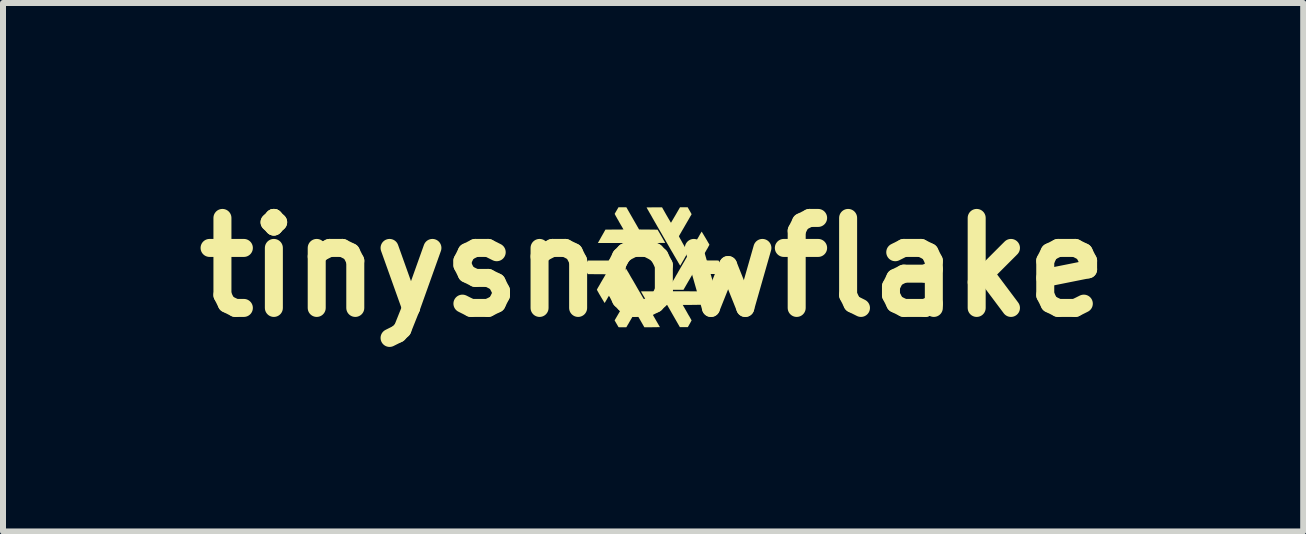
<source format=kicad_pcb>
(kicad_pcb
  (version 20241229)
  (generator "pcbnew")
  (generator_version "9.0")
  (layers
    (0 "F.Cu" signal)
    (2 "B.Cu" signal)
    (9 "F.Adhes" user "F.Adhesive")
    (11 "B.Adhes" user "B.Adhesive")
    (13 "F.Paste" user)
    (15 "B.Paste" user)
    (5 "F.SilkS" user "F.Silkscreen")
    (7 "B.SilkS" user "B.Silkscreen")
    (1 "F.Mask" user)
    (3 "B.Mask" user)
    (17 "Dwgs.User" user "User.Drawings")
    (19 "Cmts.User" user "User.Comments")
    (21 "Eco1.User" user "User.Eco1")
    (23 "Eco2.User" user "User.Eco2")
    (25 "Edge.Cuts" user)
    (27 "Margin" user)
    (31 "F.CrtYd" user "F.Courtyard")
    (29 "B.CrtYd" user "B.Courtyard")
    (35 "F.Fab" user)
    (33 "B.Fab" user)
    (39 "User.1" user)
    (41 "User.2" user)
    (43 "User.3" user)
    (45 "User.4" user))
  (footprint "tinysnowflake"
    (layer "F.Cu")
    (at 7.836 1.404)
    (property "Reference" "tinysnowflake" (at 0 0 0) (layer "F.SilkS") (effects (font (size 1.5 1.5) (thickness 0.3))))
    (attr board_only exclude_from_pos_files exclude_from_bom)
    (fp_poly (pts (xy -0.34 -0.814) (xy -0.234 -0.629) (xy -0.08 -0.628) (xy 0.074 -0.626) (xy 0.137 -0.518) (xy 0.149 -0.497) (xy 0.16 -0.478) (xy 0.17 -0.46) (xy 0.179 -0.444) (xy 0.187 -0.431) (xy 0.194 -0.42) (xy 0.198 -0.412) (xy 0.201 -0.407) (xy 0.201 -0.407) (xy 0.201 -0.406) (xy 0.199 -0.406) (xy 0.194 -0.406) (xy 0.188 -0.405) (xy 0.18 -0.405) (xy 0.169 -0.405) (xy 0.156 -0.405) (xy 0.141 -0.405) (xy 0.122 -0.405) (xy 0.101 -0.404) (xy 0.077 -0.404) (xy 0.049 -0.404) (xy 0.019 -0.404) (xy -0.016 -0.404) (xy -0.053 -0.404) (xy -0.095 -0.404) (xy -0.14 -0.404) (xy -0.19 -0.404) (xy -0.244 -0.404) (xy -0.302 -0.404) (xy -0.359 -0.404) (xy -0.921 -0.404) (xy -0.912 -0.419) (xy -0.909 -0.425) (xy -0.904 -0.433) (xy -0.897 -0.445) (xy -0.889 -0.46) (xy -0.88 -0.476) (xy -0.87 -0.494) (xy -0.859 -0.514) (xy -0.849 -0.531) (xy -0.795 -0.627) (xy -0.644 -0.628) (xy -0.494 -0.629) (xy -0.568 -0.757) (xy -0.58 -0.78) (xy -0.593 -0.801) (xy -0.604 -0.821) (xy -0.614 -0.839) (xy -0.623 -0.854) (xy -0.63 -0.868) (xy -0.635 -0.878) (xy -0.639 -0.885) (xy -0.641 -0.889) (xy -0.641 -0.889) (xy -0.64 -0.892) (xy -0.636 -0.898) (xy -0.631 -0.907) (xy -0.625 -0.918) (xy -0.617 -0.931) (xy -0.609 -0.945) (xy -0.578 -0.999) (xy -0.512 -0.999) (xy -0.446 -0.999)) (stroke (width 0) (type solid)) (fill yes) (layer "F.SilkS"))
    (fp_poly (pts (xy 0.409 0.401) (xy 0.459 0.401) (xy 0.507 0.401) (xy 0.553 0.401) (xy 0.597 0.401) (xy 0.64 0.402) (xy 0.68 0.402) (xy 0.718 0.402) (xy 0.753 0.402) (xy 0.786 0.402) (xy 0.815 0.402) (xy 0.841 0.402) (xy 0.864 0.402) (xy 0.883 0.402) (xy 0.899 0.402) (xy 0.91 0.402) (xy 0.918 0.402) (xy 0.92 0.402) (xy 0.92 0.402) (xy 0.919 0.404) (xy 0.916 0.41) (xy 0.911 0.419) (xy 0.904 0.431) (xy 0.896 0.446) (xy 0.887 0.462) (xy 0.876 0.481) (xy 0.865 0.501) (xy 0.857 0.515) (xy 0.794 0.626) (xy 0.644 0.628) (xy 0.494 0.629) (xy 0.567 0.756) (xy 0.579 0.778) (xy 0.591 0.799) (xy 0.603 0.818) (xy 0.613 0.836) (xy 0.622 0.852) (xy 0.629 0.865) (xy 0.635 0.875) (xy 0.639 0.882) (xy 0.641 0.885) (xy 0.641 0.885) (xy 0.64 0.888) (xy 0.637 0.894) (xy 0.632 0.903) (xy 0.626 0.914) (xy 0.619 0.927) (xy 0.611 0.942) (xy 0.61 0.943) (xy 0.578 0.999) (xy 0.512 0.999) (xy 0.446 0.999) (xy 0.34 0.814) (xy 0.234 0.629) (xy 0.08 0.628) (xy -0.073 0.627) (xy -0.138 0.516) (xy -0.15 0.495) (xy -0.162 0.475) (xy -0.172 0.458) (xy -0.181 0.441) (xy -0.189 0.428) (xy -0.195 0.417) (xy -0.2 0.409) (xy -0.202 0.404) (xy -0.203 0.403) (xy -0.201 0.403) (xy -0.194 0.403) (xy -0.183 0.402) (xy -0.168 0.402) (xy -0.149 0.402) (xy -0.127 0.402) (xy -0.101 0.402) (xy -0.072 0.402) (xy -0.04 0.402) (xy -0.005 0.402) (xy 0.032 0.402) (xy 0.072 0.402) (xy 0.114 0.402) (xy 0.159 0.402) (xy 0.205 0.401) (xy 0.252 0.401) (xy 0.302 0.401) (xy 0.352 0.401) (xy 0.359 0.401)) (stroke (width 0) (type solid)) (fill yes) (layer "F.SilkS"))
    (fp_poly (pts (xy 0.81 -0.592) (xy 0.814 -0.586) (xy 0.819 -0.578) (xy 0.826 -0.566) (xy 0.834 -0.553) (xy 0.843 -0.538) (xy 0.853 -0.521) (xy 0.864 -0.503) (xy 0.875 -0.485) (xy 0.885 -0.467) (xy 0.896 -0.45) (xy 0.905 -0.433) (xy 0.914 -0.418) (xy 0.922 -0.404) (xy 0.929 -0.393) (xy 0.934 -0.384) (xy 0.937 -0.378) (xy 0.938 -0.376) (xy 0.937 -0.373) (xy 0.934 -0.367) (xy 0.929 -0.357) (xy 0.922 -0.345) (xy 0.914 -0.329) (xy 0.904 -0.311) (xy 0.892 -0.292) (xy 0.88 -0.27) (xy 0.867 -0.247) (xy 0.864 -0.243) (xy 0.789 -0.114) (xy 0.94 -0.113) (xy 1.09 -0.112) (xy 1.122 -0.057) (xy 1.154 -0.002) (xy 1.121 0.056) (xy 1.088 0.114) (xy 0.874 0.112) (xy 0.66 0.111) (xy 0.583 0.243) (xy 0.506 0.376) (xy 0.394 0.376) (xy 0.371 0.376) (xy 0.349 0.376) (xy 0.328 0.376) (xy 0.309 0.376) (xy 0.293 0.377) (xy 0.28 0.377) (xy 0.27 0.377) (xy 0.264 0.378) (xy 0.255 0.378) (xy 0.25 0.378) (xy 0.247 0.377) (xy 0.247 0.376) (xy 0.247 0.376) (xy 0.249 0.373) (xy 0.252 0.367) (xy 0.258 0.357) (xy 0.266 0.343) (xy 0.275 0.327) (xy 0.286 0.308) (xy 0.299 0.286) (xy 0.313 0.261) (xy 0.328 0.234) (xy 0.345 0.205) (xy 0.363 0.175) (xy 0.381 0.142) (xy 0.401 0.109) (xy 0.421 0.073) (xy 0.442 0.037) (xy 0.463 0.000454) (xy 0.485 -0.037) (xy 0.507 -0.075) (xy 0.529 -0.113) (xy 0.551 -0.151) (xy 0.573 -0.189) (xy 0.595 -0.226) (xy 0.616 -0.263) (xy 0.637 -0.299) (xy 0.657 -0.334) (xy 0.677 -0.367) (xy 0.695 -0.399) (xy 0.713 -0.43) (xy 0.729 -0.458) (xy 0.745 -0.484) (xy 0.759 -0.508) (xy 0.771 -0.53) (xy 0.782 -0.549) (xy 0.791 -0.564) (xy 0.799 -0.577) (xy 0.804 -0.586) (xy 0.808 -0.592) (xy 0.809 -0.594)) (stroke (width 0) (type solid)) (fill yes) (layer "F.SilkS"))
    (fp_poly (pts (xy -0.309 -0.376) (xy -0.291 -0.376) (xy -0.275 -0.375) (xy -0.262 -0.375) (xy -0.253 -0.375) (xy -0.248 -0.375) (xy -0.247 -0.375) (xy -0.248 -0.373) (xy -0.251 -0.367) (xy -0.257 -0.357) (xy -0.264 -0.345) (xy -0.273 -0.329) (xy -0.284 -0.31) (xy -0.297 -0.288) (xy -0.31 -0.264) (xy -0.326 -0.237) (xy -0.342 -0.209) (xy -0.36 -0.178) (xy -0.378 -0.146) (xy -0.398 -0.112) (xy -0.418 -0.078) (xy -0.439 -0.042) (xy -0.46 -0.005) (xy -0.481 0.033) (xy -0.503 0.071) (xy -0.525 0.109) (xy -0.547 0.147) (xy -0.569 0.185) (xy -0.591 0.222) (xy -0.612 0.259) (xy -0.633 0.295) (xy -0.653 0.33) (xy -0.673 0.364) (xy -0.692 0.396) (xy -0.709 0.427) (xy -0.726 0.456) (xy -0.741 0.483) (xy -0.756 0.507) (xy -0.768 0.529) (xy -0.779 0.548) (xy -0.789 0.564) (xy -0.796 0.577) (xy -0.802 0.587) (xy -0.806 0.593) (xy -0.807 0.596) (xy -0.807 0.596) (xy -0.809 0.594) (xy -0.812 0.589) (xy -0.818 0.581) (xy -0.825 0.569) (xy -0.833 0.555) (xy -0.843 0.539) (xy -0.854 0.521) (xy -0.866 0.501) (xy -0.873 0.489) (xy -0.885 0.468) (xy -0.897 0.449) (xy -0.907 0.431) (xy -0.916 0.414) (xy -0.924 0.401) (xy -0.93 0.389) (xy -0.935 0.381) (xy -0.937 0.376) (xy -0.938 0.375) (xy -0.936 0.372) (xy -0.933 0.366) (xy -0.928 0.356) (xy -0.921 0.343) (xy -0.912 0.328) (xy -0.902 0.311) (xy -0.891 0.292) (xy -0.879 0.271) (xy -0.867 0.249) (xy -0.863 0.243) (xy -0.789 0.117) (xy -0.939 0.116) (xy -1.088 0.115) (xy -1.12 0.061) (xy -1.128 0.046) (xy -1.136 0.033) (xy -1.142 0.021) (xy -1.147 0.012) (xy -1.151 0.006) (xy -1.152 0.003) (xy -1.152 0.003) (xy -1.151 0.001) (xy -1.148 -0.005) (xy -1.143 -0.014) (xy -1.137 -0.026) (xy -1.129 -0.039) (xy -1.121 -0.053) (xy -1.12 -0.055) (xy -1.088 -0.111) (xy -0.873 -0.111) (xy -0.659 -0.111) (xy -0.582 -0.243) (xy -0.506 -0.375) (xy -0.376 -0.375) (xy -0.352 -0.376) (xy -0.33 -0.376)) (stroke (width 0) (type solid)) (fill yes) (layer "F.SilkS"))
    (fp_poly (pts (xy -0.448 0.029) (xy -0.444 0.035) (xy -0.439 0.044) (xy -0.431 0.057) (xy -0.422 0.073) (xy -0.41 0.092) (xy -0.397 0.115) (xy -0.383 0.14) (xy -0.367 0.168) (xy -0.349 0.198) (xy -0.33 0.23) (xy -0.31 0.265) (xy -0.289 0.301) (xy -0.267 0.34) (xy -0.244 0.38) (xy -0.22 0.421) (xy -0.195 0.464) (xy -0.17 0.507) (xy -0.167 0.512) (xy 0.113 0.998) (xy 0.065 0.999) (xy 0.051 1) (xy 0.033 1) (xy 0.012 1) (xy -0.01 1) (xy -0.033 1.001) (xy -0.055 1.001) (xy -0.065 1.001) (xy -0.146 1.001) (xy -0.22 0.872) (xy -0.233 0.85) (xy -0.245 0.829) (xy -0.257 0.809) (xy -0.267 0.791) (xy -0.276 0.776) (xy -0.283 0.763) (xy -0.289 0.753) (xy -0.293 0.746) (xy -0.295 0.743) (xy -0.295 0.743) (xy -0.297 0.745) (xy -0.3 0.75) (xy -0.306 0.759) (xy -0.313 0.771) (xy -0.321 0.786) (xy -0.331 0.802) (xy -0.342 0.821) (xy -0.354 0.842) (xy -0.366 0.863) (xy -0.368 0.866) (xy -0.381 0.888) (xy -0.393 0.909) (xy -0.404 0.928) (xy -0.414 0.946) (xy -0.424 0.961) (xy -0.431 0.974) (xy -0.437 0.985) (xy -0.441 0.991) (xy -0.443 0.995) (xy -0.443 0.995) (xy -0.448 1.001) (xy -0.511 1.001) (xy -0.531 1.001) (xy -0.547 1.001) (xy -0.559 1.001) (xy -0.567 1) (xy -0.573 1) (xy -0.576 0.999) (xy -0.576 0.998) (xy -0.578 0.996) (xy -0.582 0.99) (xy -0.587 0.98) (xy -0.594 0.969) (xy -0.601 0.956) (xy -0.61 0.941) (xy -0.61 0.941) (xy -0.642 0.886) (xy -0.534 0.701) (xy -0.515 0.668) (xy -0.498 0.639) (xy -0.483 0.613) (xy -0.47 0.591) (xy -0.459 0.572) (xy -0.45 0.556) (xy -0.443 0.543) (xy -0.437 0.532) (xy -0.433 0.524) (xy -0.43 0.518) (xy -0.429 0.515) (xy -0.428 0.513) (xy -0.428 0.512) (xy -0.43 0.509) (xy -0.434 0.503) (xy -0.439 0.493) (xy -0.446 0.481) (xy -0.455 0.467) (xy -0.464 0.45) (xy -0.475 0.432) (xy -0.486 0.413) (xy -0.497 0.393) (xy -0.508 0.374) (xy -0.52 0.354) (xy -0.53 0.335) (xy -0.541 0.317) (xy -0.55 0.3) (xy -0.559 0.286) (xy -0.566 0.274) (xy -0.571 0.264) (xy -0.575 0.258) (xy -0.576 0.255) (xy -0.576 0.255) (xy -0.577 0.253) (xy -0.576 0.251) (xy -0.575 0.248) (xy -0.573 0.243) (xy -0.57 0.236) (xy -0.565 0.227) (xy -0.559 0.216) (xy -0.551 0.202) (xy -0.542 0.186) (xy -0.53 0.165) (xy -0.517 0.142) (xy -0.515 0.138) (xy -0.503 0.118) (xy -0.492 0.098) (xy -0.481 0.08) (xy -0.472 0.065) (xy -0.464 0.051) (xy -0.458 0.04) (xy -0.453 0.032) (xy -0.45 0.028) (xy -0.449 0.027)) (stroke (width 0) (type solid)) (fill yes) (layer "F.SilkS"))
    (fp_poly (pts (xy 0.609 -0.942) (xy 0.619 -0.925) (xy 0.626 -0.912) (xy 0.632 -0.901) (xy 0.636 -0.894) (xy 0.639 -0.888) (xy 0.64 -0.884) (xy 0.64 -0.882) (xy 0.64 -0.88) (xy 0.638 -0.878) (xy 0.635 -0.871) (xy 0.629 -0.862) (xy 0.621 -0.849) (xy 0.612 -0.833) (xy 0.602 -0.815) (xy 0.59 -0.794) (xy 0.577 -0.772) (xy 0.563 -0.748) (xy 0.548 -0.722) (xy 0.534 -0.698) (xy 0.519 -0.672) (xy 0.504 -0.646) (xy 0.49 -0.622) (xy 0.477 -0.6) (xy 0.466 -0.58) (xy 0.455 -0.562) (xy 0.447 -0.547) (xy 0.439 -0.534) (xy 0.434 -0.525) (xy 0.431 -0.519) (xy 0.43 -0.516) (xy 0.431 -0.513) (xy 0.434 -0.507) (xy 0.439 -0.497) (xy 0.446 -0.484) (xy 0.455 -0.468) (xy 0.466 -0.449) (xy 0.478 -0.427) (xy 0.491 -0.403) (xy 0.503 -0.382) (xy 0.516 -0.36) (xy 0.528 -0.339) (xy 0.54 -0.319) (xy 0.55 -0.3) (xy 0.559 -0.284) (xy 0.566 -0.271) (xy 0.572 -0.26) (xy 0.576 -0.253) (xy 0.578 -0.248) (xy 0.578 -0.248) (xy 0.577 -0.245) (xy 0.573 -0.239) (xy 0.568 -0.23) (xy 0.562 -0.218) (xy 0.554 -0.204) (xy 0.545 -0.188) (xy 0.535 -0.171) (xy 0.525 -0.153) (xy 0.515 -0.135) (xy 0.504 -0.116) (xy 0.494 -0.099) (xy 0.484 -0.082) (xy 0.475 -0.066) (xy 0.467 -0.053) (xy 0.461 -0.042) (xy 0.456 -0.033) (xy 0.452 -0.028) (xy 0.451 -0.026) (xy 0.449 -0.028) (xy 0.446 -0.034) (xy 0.44 -0.043) (xy 0.433 -0.056) (xy 0.423 -0.072) (xy 0.412 -0.092) (xy 0.399 -0.114) (xy 0.384 -0.139) (xy 0.368 -0.167) (xy 0.35 -0.197) (xy 0.332 -0.229) (xy 0.311 -0.264) (xy 0.29 -0.3) (xy 0.268 -0.339) (xy 0.245 -0.379) (xy 0.221 -0.42) (xy 0.197 -0.462) (xy 0.171 -0.506) (xy 0.169 -0.51) (xy 0.144 -0.554) (xy 0.119 -0.597) (xy 0.095 -0.638) (xy 0.072 -0.678) (xy 0.05 -0.717) (xy 0.029 -0.753) (xy 0.009 -0.788) (xy -0.01 -0.821) (xy -0.027 -0.852) (xy -0.043 -0.88) (xy -0.058 -0.905) (xy -0.071 -0.928) (xy -0.082 -0.948) (xy -0.092 -0.964) (xy -0.099 -0.978) (xy -0.105 -0.988) (xy -0.108 -0.994) (xy -0.11 -0.996) (xy -0.11 -0.996) (xy -0.107 -0.996) (xy -0.1 -0.997) (xy -0.09 -0.997) (xy -0.076 -0.997) (xy -0.059 -0.997) (xy -0.04 -0.997) (xy -0.019 -0.998) (xy 0.004 -0.998) (xy 0.02 -0.998) (xy 0.149 -0.998) (xy 0.222 -0.869) (xy 0.235 -0.847) (xy 0.247 -0.826) (xy 0.258 -0.807) (xy 0.269 -0.789) (xy 0.278 -0.774) (xy 0.285 -0.761) (xy 0.291 -0.751) (xy 0.295 -0.745) (xy 0.297 -0.742) (xy 0.298 -0.742) (xy 0.299 -0.744) (xy 0.303 -0.75) (xy 0.308 -0.759) (xy 0.315 -0.771) (xy 0.324 -0.786) (xy 0.334 -0.803) (xy 0.345 -0.822) (xy 0.357 -0.842) (xy 0.37 -0.864) (xy 0.374 -0.871) (xy 0.448 -0.999) (xy 0.512 -0.999) (xy 0.576 -0.999)) (stroke (width 0) (type solid)) (fill yes) (layer "F.SilkS")))
  (gr_rect
    (start -3 -3)
    (end 18.671 5.808)
    (stroke (width 0.1) (type default))
    (fill no)
    (layer "Edge.Cuts")))
</source>
